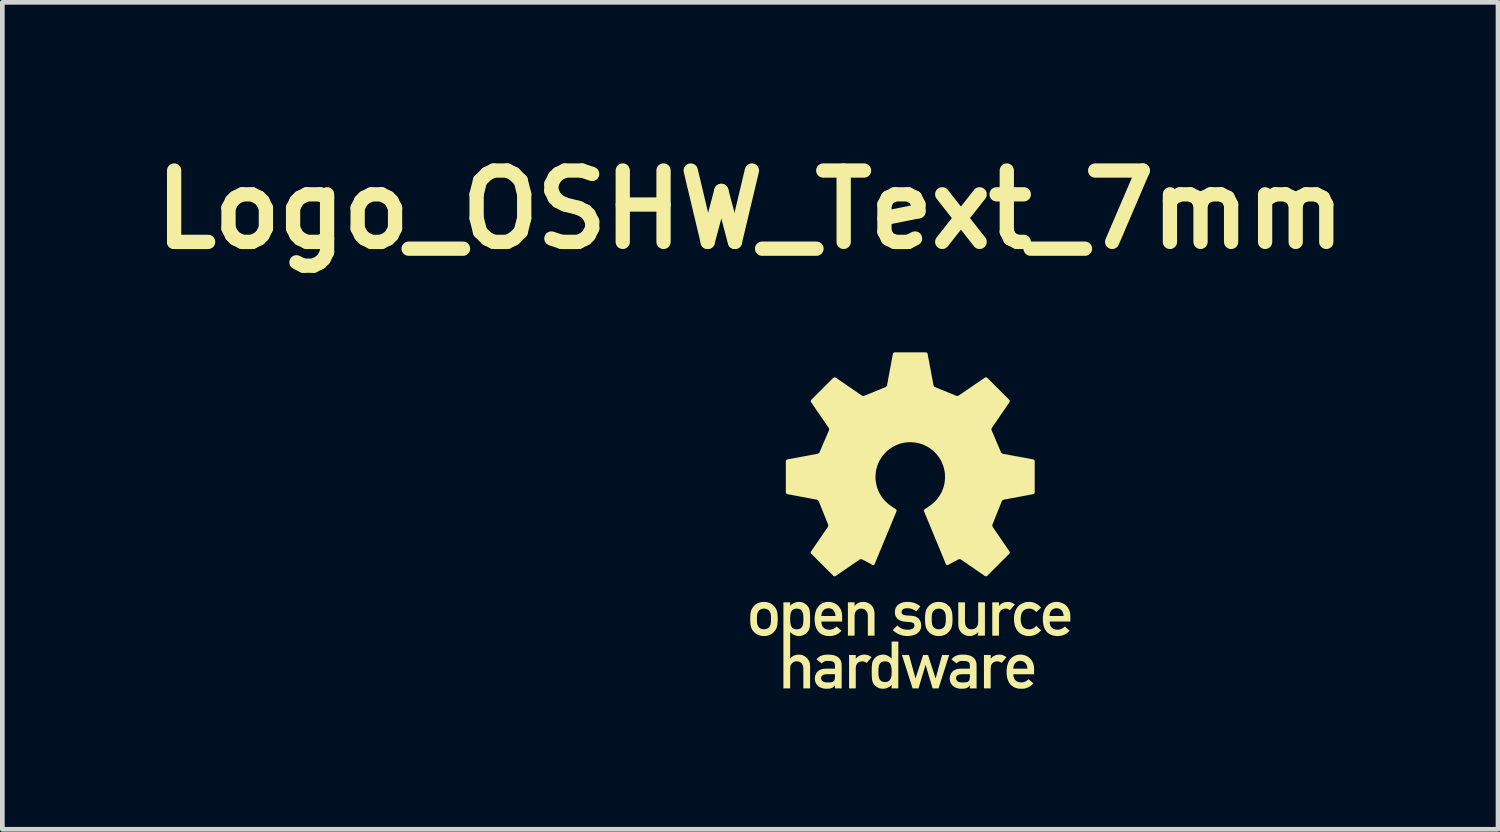
<source format=kicad_pcb>
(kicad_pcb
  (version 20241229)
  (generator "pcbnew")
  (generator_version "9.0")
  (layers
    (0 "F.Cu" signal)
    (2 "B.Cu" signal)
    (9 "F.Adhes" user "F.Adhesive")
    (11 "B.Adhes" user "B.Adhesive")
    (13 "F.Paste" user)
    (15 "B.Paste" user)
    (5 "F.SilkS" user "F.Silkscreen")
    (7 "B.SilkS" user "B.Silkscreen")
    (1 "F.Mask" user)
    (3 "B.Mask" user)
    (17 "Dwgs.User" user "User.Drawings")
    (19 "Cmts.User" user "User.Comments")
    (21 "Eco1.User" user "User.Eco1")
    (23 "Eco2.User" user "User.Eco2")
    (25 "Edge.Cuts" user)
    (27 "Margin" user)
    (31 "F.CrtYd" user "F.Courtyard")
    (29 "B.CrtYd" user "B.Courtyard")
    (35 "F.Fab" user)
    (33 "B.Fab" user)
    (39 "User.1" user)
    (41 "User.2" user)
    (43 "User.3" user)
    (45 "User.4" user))
  (footprint "Logo_OSHW_Text_7mm"
    (layer "F.Cu")
    (at 12.969 4.474)
    (property "Reference" "Logo_OSHW_Text_7mm" (at 0 -3.048 0) (layer "F.SilkS") (effects (font (size 1.524 1.524) (thickness 0.305))))
    (attr exclude_from_pos_files exclude_from_bom)
    (fp_poly (pts (xy 3.895 7.175) (xy 4.022 7.175) (xy 4.249 6.462) (xy 4.097 6.462) (xy 3.961 6.961) (xy 3.958 6.961) (xy 3.797 6.462) (xy 3.693 6.462) (xy 3.531 6.961) (xy 3.528 6.961) (xy 3.392 6.462) (xy 3.24 6.462) (xy 3.468 7.175) (xy 3.594 7.175) (xy 3.743 6.676) (xy 3.746 6.676) (xy 3.895 7.175)) (stroke (width 0) (type solid)) (fill yes) (layer "F.SilkS"))
    (fp_poly (pts (xy 2.111 7.175) (xy 2.254 7.175) (xy 2.254 6.746) (xy 2.258 6.705) (xy 2.269 6.671) (xy 2.287 6.644) (xy 2.309 6.623) (xy 2.335 6.608) (xy 2.363 6.6) (xy 2.393 6.597) (xy 2.426 6.601) (xy 2.456 6.612) (xy 2.487 6.632) (xy 2.591 6.509) (xy 2.565 6.49) (xy 2.537 6.475) (xy 2.507 6.463) (xy 2.476 6.456) (xy 2.442 6.454) (xy 2.405 6.456) (xy 2.37 6.463) (xy 2.338 6.475) (xy 2.308 6.491) (xy 2.281 6.512) (xy 2.257 6.538) (xy 2.254 6.538) (xy 2.254 6.462) (xy 2.111 6.462) (xy 2.111 7.175)) (stroke (width 0) (type solid)) (fill yes) (layer "F.SilkS"))
    (fp_poly (pts (xy 4.991 7.175) (xy 5.135 7.175) (xy 5.135 6.746) (xy 5.139 6.705) (xy 5.15 6.671) (xy 5.167 6.644) (xy 5.19 6.623) (xy 5.216 6.608) (xy 5.244 6.6) (xy 5.274 6.597) (xy 5.307 6.601) (xy 5.337 6.612) (xy 5.368 6.632) (xy 5.472 6.509) (xy 5.445 6.49) (xy 5.417 6.475) (xy 5.388 6.463) (xy 5.357 6.456) (xy 5.323 6.454) (xy 5.286 6.456) (xy 5.251 6.463) (xy 5.219 6.475) (xy 5.189 6.491) (xy 5.162 6.512) (xy 5.138 6.538) (xy 5.135 6.538) (xy 5.135 6.462) (xy 4.991 6.462) (xy 4.991 7.175)) (stroke (width 0) (type solid)) (fill yes) (layer "F.SilkS"))
    (fp_poly (pts (xy 5.169 6.049) (xy 5.312 6.049) (xy 5.312 5.62) (xy 5.316 5.579) (xy 5.328 5.545) (xy 5.345 5.518) (xy 5.367 5.497) (xy 5.393 5.483) (xy 5.422 5.474) (xy 5.452 5.471) (xy 5.485 5.475) (xy 5.514 5.486) (xy 5.546 5.507) (xy 5.65 5.383) (xy 5.623 5.364) (xy 5.595 5.349) (xy 5.566 5.338) (xy 5.534 5.331) (xy 5.501 5.328) (xy 5.464 5.33) (xy 5.429 5.337) (xy 5.396 5.349) (xy 5.366 5.366) (xy 5.339 5.387) (xy 5.315 5.412) (xy 5.312 5.412) (xy 5.312 5.337) (xy 5.169 5.337) (xy 5.169 6.049)) (stroke (width 0) (type solid)) (fill yes) (layer "F.SilkS"))
    (fp_poly (pts (xy 2.086 6.049) (xy 2.229 6.049) (xy 2.229 5.625) (xy 2.233 5.586) (xy 2.243 5.552) (xy 2.259 5.524) (xy 2.281 5.501) (xy 2.307 5.485) (xy 2.337 5.475) (xy 2.371 5.472) (xy 2.404 5.475) (xy 2.434 5.485) (xy 2.46 5.501) (xy 2.481 5.524) (xy 2.498 5.552) (xy 2.508 5.586) (xy 2.512 5.625) (xy 2.512 6.049) (xy 2.655 6.049) (xy 2.655 5.575) (xy 2.652 5.533) (xy 2.643 5.495) (xy 2.63 5.46) (xy 2.612 5.43) (xy 2.59 5.403) (xy 2.565 5.38) (xy 2.538 5.362) (xy 2.509 5.347) (xy 2.479 5.337) (xy 2.448 5.33) (xy 2.417 5.328) (xy 2.38 5.33) (xy 2.346 5.337) (xy 2.313 5.349) (xy 2.283 5.366) (xy 2.256 5.387) (xy 2.232 5.412) (xy 2.229 5.412) (xy 2.229 5.337) (xy 2.086 5.337) (xy 2.086 6.049)) (stroke (width 0) (type solid)) (fill yes) (layer "F.SilkS"))
    (fp_poly (pts (xy 4.443 5.81) (xy 4.446 5.852) (xy 4.454 5.891) (xy 4.468 5.925) (xy 4.486 5.956) (xy 4.508 5.983) (xy 4.533 6.005) (xy 4.56 6.024) (xy 4.589 6.039) (xy 4.62 6.049) (xy 4.651 6.055) (xy 4.682 6.058) (xy 4.718 6.055) (xy 4.752 6.048) (xy 4.785 6.036) (xy 4.814 6.02) (xy 4.842 5.999) (xy 4.866 5.973) (xy 4.868 5.973) (xy 4.868 6.049) (xy 5.012 6.049) (xy 5.012 5.337) (xy 4.868 5.337) (xy 4.868 5.761) (xy 4.865 5.8) (xy 4.855 5.834) (xy 4.838 5.862) (xy 4.817 5.884) (xy 4.791 5.901) (xy 4.761 5.911) (xy 4.728 5.914) (xy 4.694 5.911) (xy 4.664 5.901) (xy 4.638 5.884) (xy 4.616 5.862) (xy 4.6 5.834) (xy 4.589 5.8) (xy 4.586 5.761) (xy 4.586 5.337) (xy 4.443 5.337) (xy 4.443 5.81)) (stroke (width 0) (type solid)) (fill yes) (layer "F.SilkS"))
    (fp_poly (pts (xy 6.106 5.84) (xy 6.083 5.864) (xy 6.057 5.885) (xy 6.028 5.901) (xy 5.996 5.911) (xy 5.962 5.914) (xy 5.928 5.912) (xy 5.897 5.906) (xy 5.87 5.896) (xy 5.846 5.881) (xy 5.825 5.862) (xy 5.808 5.838) (xy 5.794 5.809) (xy 5.784 5.776) (xy 5.778 5.737) (xy 5.776 5.693) (xy 5.778 5.649) (xy 5.784 5.611) (xy 5.794 5.577) (xy 5.808 5.548) (xy 5.825 5.524) (xy 5.846 5.505) (xy 5.87 5.49) (xy 5.897 5.48) (xy 5.928 5.473) (xy 5.962 5.471) (xy 5.996 5.475) (xy 6.028 5.485) (xy 6.057 5.501) (xy 6.083 5.521) (xy 6.106 5.546) (xy 6.212 5.452) (xy 6.187 5.426) (xy 6.161 5.402) (xy 6.132 5.381) (xy 6.101 5.363) (xy 6.068 5.348) (xy 6.033 5.337) (xy 5.995 5.33) (xy 5.956 5.328) (xy 5.925 5.329) (xy 5.895 5.333) (xy 5.865 5.339) (xy 5.836 5.348) (xy 5.808 5.36) (xy 5.781 5.375) (xy 5.756 5.392) (xy 5.733 5.413) (xy 5.711 5.436) (xy 5.692 5.463) (xy 5.675 5.493) (xy 5.66 5.526) (xy 5.648 5.563) (xy 5.64 5.603) (xy 5.634 5.646) (xy 5.633 5.693) (xy 5.634 5.74) (xy 5.64 5.784) (xy 5.648 5.824) (xy 5.66 5.86) (xy 5.675 5.893) (xy 5.692 5.923) (xy 5.711 5.95) (xy 5.733 5.973) (xy 5.756 5.994) (xy 5.781 6.011) (xy 5.808 6.026) (xy 5.836 6.037) (xy 5.865 6.046) (xy 5.895 6.053) (xy 5.925 6.056) (xy 5.956 6.058) (xy 5.995 6.055) (xy 6.033 6.048) (xy 6.068 6.037) (xy 6.101 6.023) (xy 6.132 6.005) (xy 6.161 5.983) (xy 6.187 5.96) (xy 6.212 5.934) (xy 6.106 5.84)) (stroke (width 0) (type solid)) (fill yes) (layer "F.SilkS"))
    (fp_poly (pts (xy 3.02 7.175) (xy 3.163 7.175) (xy 3.163 6.174) (xy 3.02 6.174) (xy 3.02 6.538) (xy 2.993 6.514) (xy 2.965 6.494) (xy 2.935 6.477) (xy 2.904 6.464) (xy 2.871 6.456) (xy 2.836 6.454) (xy 2.794 6.457) (xy 2.757 6.466) (xy 2.723 6.48) (xy 2.693 6.499) (xy 2.667 6.521) (xy 2.645 6.546) (xy 2.631 6.566) (xy 2.62 6.586) (xy 2.611 6.609) (xy 2.605 6.636) (xy 2.6 6.669) (xy 2.597 6.709) (xy 2.595 6.758) (xy 2.594 6.818) (xy 2.595 6.878) (xy 2.597 6.927) (xy 2.6 6.968) (xy 2.605 7.001) (xy 2.611 7.028) (xy 2.62 7.051) (xy 2.631 7.071) (xy 2.645 7.09) (xy 2.667 7.116) (xy 2.693 7.138) (xy 2.723 7.157) (xy 2.757 7.171) (xy 2.794 7.18) (xy 2.836 7.183) (xy 2.872 7.18) (xy 2.906 7.173) (xy 2.938 7.16) (xy 2.969 7.144) (xy 2.996 7.123) (xy 2.993 6.981) (xy 2.975 7.005) (xy 2.951 7.024) (xy 2.919 7.036) (xy 2.879 7.04) (xy 2.839 7.036) (xy 2.807 7.025) (xy 2.783 7.007) (xy 2.765 6.984) (xy 2.752 6.956) (xy 2.744 6.925) (xy 2.74 6.891) (xy 2.738 6.855) (xy 2.737 6.818) (xy 2.738 6.781) (xy 2.74 6.746) (xy 2.744 6.712) (xy 2.752 6.681) (xy 2.765 6.653) (xy 2.783 6.63) (xy 2.807 6.612) (xy 2.839 6.601) (xy 2.879 6.597) (xy 2.919 6.601) (xy 2.951 6.613) (xy 2.975 6.631) (xy 2.993 6.655) (xy 3.005 6.683) (xy 3.013 6.715) (xy 3.018 6.749) (xy 3.02 6.783) (xy 3.02 6.818) (xy 3.02 6.853) (xy 3.018 6.888) (xy 3.013 6.922) (xy 3.005 6.953) (xy 2.993 6.981) (xy 2.996 7.123) (xy 3.02 7.1) (xy 3.02 7.175)) (stroke (width 0) (type solid)) (fill yes) (layer "F.SilkS"))
    (fp_poly (pts (xy 1.963 5.747) (xy 1.519 5.629) (xy 1.523 5.591) (xy 1.532 5.557) (xy 1.546 5.529) (xy 1.564 5.505) (xy 1.586 5.487) (xy 1.611 5.474) (xy 1.639 5.466) (xy 1.67 5.463) (xy 1.704 5.467) (xy 1.736 5.477) (xy 1.763 5.494) (xy 1.786 5.518) (xy 1.803 5.549) (xy 1.815 5.586) (xy 1.82 5.629) (xy 1.519 5.629) (xy 1.963 5.747) (xy 1.963 5.629) (xy 1.961 5.59) (xy 1.955 5.554) (xy 1.946 5.52) (xy 1.933 5.489) (xy 1.916 5.46) (xy 1.897 5.433) (xy 1.875 5.409) (xy 1.851 5.388) (xy 1.825 5.37) (xy 1.797 5.356) (xy 1.767 5.344) (xy 1.735 5.335) (xy 1.703 5.33) (xy 1.67 5.328) (xy 1.642 5.329) (xy 1.614 5.333) (xy 1.586 5.34) (xy 1.559 5.349) (xy 1.532 5.362) (xy 1.507 5.377) (xy 1.482 5.397) (xy 1.46 5.42) (xy 1.44 5.446) (xy 1.421 5.477) (xy 1.406 5.511) (xy 1.393 5.55) (xy 1.384 5.594) (xy 1.378 5.642) (xy 1.376 5.695) (xy 1.378 5.747) (xy 1.383 5.794) (xy 1.392 5.837) (xy 1.405 5.875) (xy 1.42 5.909) (xy 1.437 5.938) (xy 1.457 5.964) (xy 1.479 5.986) (xy 1.503 6.005) (xy 1.528 6.02) (xy 1.554 6.032) (xy 1.581 6.042) (xy 1.609 6.049) (xy 1.636 6.054) (xy 1.664 6.057) (xy 1.692 6.058) (xy 1.728 6.056) (xy 1.763 6.051) (xy 1.797 6.043) (xy 1.83 6.031) (xy 1.862 6.015) (xy 1.893 5.995) (xy 1.922 5.971) (xy 1.949 5.942) (xy 1.845 5.854) (xy 1.818 5.878) (xy 1.788 5.897) (xy 1.756 5.911) (xy 1.722 5.92) (xy 1.689 5.923) (xy 1.654 5.92) (xy 1.621 5.912) (xy 1.592 5.898) (xy 1.567 5.879) (xy 1.547 5.854) (xy 1.532 5.824) (xy 1.522 5.788) (xy 1.519 5.747) (xy 1.963 5.747)) (stroke (width 0) (type solid)) (fill yes) (layer "F.SilkS"))
    (fp_poly (pts (xy 6.062 6.873) (xy 5.618 6.754) (xy 5.622 6.716) (xy 5.631 6.683) (xy 5.645 6.654) (xy 5.663 6.631) (xy 5.685 6.613) (xy 5.71 6.599) (xy 5.738 6.591) (xy 5.768 6.589) (xy 5.803 6.592) (xy 5.834 6.603) (xy 5.862 6.62) (xy 5.884 6.644) (xy 5.902 6.674) (xy 5.914 6.711) (xy 5.919 6.754) (xy 5.618 6.754) (xy 6.062 6.873) (xy 6.062 6.754) (xy 6.06 6.716) (xy 6.054 6.68) (xy 6.045 6.646) (xy 6.031 6.614) (xy 6.015 6.585) (xy 5.996 6.559) (xy 5.974 6.535) (xy 5.95 6.514) (xy 5.924 6.496) (xy 5.896 6.481) (xy 5.866 6.469) (xy 5.834 6.461) (xy 5.802 6.455) (xy 5.768 6.454) (xy 5.741 6.455) (xy 5.713 6.459) (xy 5.685 6.465) (xy 5.658 6.475) (xy 5.631 6.487) (xy 5.606 6.503) (xy 5.581 6.522) (xy 5.559 6.545) (xy 5.538 6.572) (xy 5.52 6.602) (xy 5.505 6.637) (xy 5.492 6.676) (xy 5.483 6.719) (xy 5.477 6.768) (xy 5.475 6.82) (xy 5.477 6.873) (xy 5.482 6.92) (xy 5.491 6.962) (xy 5.504 7) (xy 5.519 7.034) (xy 5.536 7.064) (xy 5.556 7.089) (xy 5.578 7.111) (xy 5.602 7.13) (xy 5.627 7.145) (xy 5.653 7.158) (xy 5.68 7.168) (xy 5.708 7.175) (xy 5.735 7.18) (xy 5.763 7.182) (xy 5.791 7.183) (xy 5.827 7.182) (xy 5.862 7.177) (xy 5.896 7.168) (xy 5.929 7.156) (xy 5.961 7.14) (xy 5.992 7.12) (xy 6.021 7.096) (xy 6.048 7.068) (xy 5.944 6.979) (xy 5.917 7.003) (xy 5.887 7.022) (xy 5.855 7.037) (xy 5.821 7.045) (xy 5.788 7.048) (xy 5.753 7.045) (xy 5.72 7.037) (xy 5.691 7.023) (xy 5.666 7.004) (xy 5.646 6.979) (xy 5.631 6.949) (xy 5.621 6.914) (xy 5.618 6.873) (xy 6.062 6.873)) (stroke (width 0) (type solid)) (fill yes) (layer "F.SilkS"))
    (fp_poly (pts (xy 6.836 5.747) (xy 6.392 5.629) (xy 6.395 5.591) (xy 6.404 5.557) (xy 6.418 5.529) (xy 6.436 5.505) (xy 6.458 5.487) (xy 6.483 5.474) (xy 6.511 5.466) (xy 6.542 5.463) (xy 6.577 5.467) (xy 6.608 5.477) (xy 6.635 5.494) (xy 6.658 5.518) (xy 6.675 5.549) (xy 6.687 5.586) (xy 6.692 5.629) (xy 6.392 5.629) (xy 6.836 5.747) (xy 6.836 5.629) (xy 6.834 5.59) (xy 6.828 5.554) (xy 6.818 5.52) (xy 6.805 5.489) (xy 6.789 5.46) (xy 6.77 5.433) (xy 6.748 5.409) (xy 6.724 5.388) (xy 6.697 5.37) (xy 6.669 5.356) (xy 6.639 5.344) (xy 6.608 5.335) (xy 6.575 5.33) (xy 6.542 5.328) (xy 6.514 5.329) (xy 6.486 5.333) (xy 6.458 5.34) (xy 6.431 5.349) (xy 6.405 5.362) (xy 6.379 5.377) (xy 6.355 5.397) (xy 6.332 5.42) (xy 6.312 5.446) (xy 6.294 5.477) (xy 6.278 5.511) (xy 6.265 5.55) (xy 6.256 5.594) (xy 6.25 5.642) (xy 6.248 5.695) (xy 6.25 5.747) (xy 6.256 5.794) (xy 6.265 5.837) (xy 6.277 5.875) (xy 6.292 5.909) (xy 6.31 5.938) (xy 6.33 5.964) (xy 6.351 5.986) (xy 6.375 6.005) (xy 6.4 6.02) (xy 6.426 6.032) (xy 6.453 6.042) (xy 6.481 6.049) (xy 6.509 6.054) (xy 6.537 6.057) (xy 6.564 6.058) (xy 6.6 6.056) (xy 6.635 6.051) (xy 6.669 6.043) (xy 6.703 6.031) (xy 6.735 6.015) (xy 6.765 5.995) (xy 6.794 5.971) (xy 6.822 5.942) (xy 6.718 5.854) (xy 6.69 5.878) (xy 6.66 5.897) (xy 6.628 5.911) (xy 6.595 5.92) (xy 6.562 5.923) (xy 6.526 5.92) (xy 6.494 5.912) (xy 6.465 5.898) (xy 6.44 5.879) (xy 6.419 5.854) (xy 6.404 5.824) (xy 6.395 5.788) (xy 6.392 5.747) (xy 6.836 5.747)) (stroke (width 0) (type solid)) (fill yes) (layer "F.SilkS"))
    (fp_poly (pts (xy 1.81 7.175) (xy 1.953 7.175) (xy 1.953 6.688) (xy 1.951 6.65) (xy 1.945 6.615) (xy 1.935 6.585) (xy 1.921 6.558) (xy 1.903 6.534) (xy 1.882 6.514) (xy 1.858 6.497) (xy 1.831 6.483) (xy 1.801 6.472) (xy 1.769 6.464) (xy 1.733 6.458) (xy 1.696 6.455) (xy 1.656 6.454) (xy 1.618 6.455) (xy 1.582 6.459) (xy 1.548 6.467) (xy 1.517 6.477) (xy 1.488 6.491) (xy 1.462 6.509) (xy 1.438 6.531) (xy 1.416 6.558) (xy 1.529 6.643) (xy 1.545 6.622) (xy 1.565 6.607) (xy 1.591 6.596) (xy 1.623 6.59) (xy 1.663 6.589) (xy 1.71 6.591) (xy 1.747 6.597) (xy 1.775 6.609) (xy 1.795 6.626) (xy 1.806 6.65) (xy 1.81 6.68) (xy 1.81 6.754) (xy 1.611 6.754) (xy 1.568 6.757) (xy 1.528 6.765) (xy 1.494 6.778) (xy 1.464 6.796) (xy 1.438 6.817) (xy 1.417 6.842) (xy 1.401 6.87) (xy 1.389 6.9) (xy 1.382 6.932) (xy 1.38 6.965) (xy 1.382 6.998) (xy 1.389 7.029) (xy 1.4 7.059) (xy 1.415 7.085) (xy 1.435 7.11) (xy 1.458 7.131) (xy 1.485 7.149) (xy 1.516 7.163) (xy 1.551 7.174) (xy 1.589 7.181) (xy 1.631 7.183) (xy 1.676 7.181) (xy 1.713 7.176) (xy 1.744 7.166) (xy 1.77 7.152) (xy 1.79 7.134) (xy 1.807 7.111) (xy 1.81 6.925) (xy 1.807 6.966) (xy 1.799 6.998) (xy 1.784 7.02) (xy 1.763 7.035) (xy 1.733 7.043) (xy 1.696 7.047) (xy 1.649 7.048) (xy 1.606 7.045) (xy 1.571 7.036) (xy 1.546 7.021) (xy 1.528 7.003) (xy 1.518 6.982) (xy 1.514 6.958) (xy 1.519 6.929) (xy 1.534 6.906) (xy 1.558 6.888) (xy 1.593 6.876) (xy 1.638 6.872) (xy 1.81 6.872) (xy 1.81 6.925) (xy 1.807 7.111) (xy 1.81 7.111) (xy 1.81 7.175)) (stroke (width 0) (type solid)) (fill yes) (layer "F.SilkS"))
    (fp_poly (pts (xy 4.691 7.175) (xy 4.691 6.925) (xy 4.688 6.966) (xy 4.68 6.998) (xy 4.665 7.02) (xy 4.644 7.035) (xy 4.614 7.043) (xy 4.577 7.047) (xy 4.53 7.048) (xy 4.487 7.045) (xy 4.452 7.036) (xy 4.426 7.021) (xy 4.409 7.003) (xy 4.399 6.982) (xy 4.395 6.958) (xy 4.4 6.929) (xy 4.415 6.906) (xy 4.439 6.888) (xy 4.474 6.876) (xy 4.519 6.872) (xy 4.691 6.872) (xy 4.691 6.925) (xy 4.691 7.175) (xy 4.834 7.175) (xy 4.834 6.688) (xy 4.832 6.65) (xy 4.826 6.615) (xy 4.815 6.585) (xy 4.801 6.558) (xy 4.784 6.534) (xy 4.763 6.514) (xy 4.739 6.497) (xy 4.712 6.483) (xy 4.682 6.472) (xy 4.649 6.464) (xy 4.614 6.458) (xy 4.577 6.455) (xy 4.537 6.454) (xy 4.499 6.455) (xy 4.462 6.459) (xy 4.429 6.467) (xy 4.398 6.477) (xy 4.369 6.491) (xy 4.343 6.509) (xy 4.319 6.531) (xy 4.297 6.558) (xy 4.409 6.643) (xy 4.426 6.622) (xy 4.446 6.607) (xy 4.472 6.596) (xy 4.504 6.59) (xy 4.544 6.589) (xy 4.591 6.591) (xy 4.628 6.597) (xy 4.656 6.609) (xy 4.675 6.626) (xy 4.687 6.65) (xy 4.69 6.68) (xy 4.69 6.754) (xy 4.492 6.754) (xy 4.449 6.757) (xy 4.409 6.765) (xy 4.375 6.778) (xy 4.344 6.796) (xy 4.319 6.817) (xy 4.298 6.842) (xy 4.281 6.87) (xy 4.27 6.9) (xy 4.263 6.932) (xy 4.26 6.965) (xy 4.263 6.998) (xy 4.269 7.029) (xy 4.28 7.059) (xy 4.296 7.085) (xy 4.315 7.11) (xy 4.339 7.131) (xy 4.366 7.149) (xy 4.397 7.163) (xy 4.432 7.174) (xy 4.47 7.181) (xy 4.512 7.183) (xy 4.557 7.181) (xy 4.594 7.176) (xy 4.625 7.166) (xy 4.651 7.152) (xy 4.671 7.134) (xy 4.688 7.111) (xy 4.69 7.111) (xy 4.69 7.175) (xy 4.691 7.175)) (stroke (width 0) (type solid)) (fill yes) (layer "F.SilkS"))
    (fp_poly (pts (xy 3.043 5.93) (xy 3.074 5.957) (xy 3.106 5.98) (xy 3.139 6.001) (xy 3.173 6.018) (xy 3.208 6.033) (xy 3.244 6.044) (xy 3.28 6.051) (xy 3.318 6.056) (xy 3.356 6.058) (xy 3.397 6.056) (xy 3.435 6.051) (xy 3.472 6.043) (xy 3.506 6.032) (xy 3.538 6.017) (xy 3.566 6) (xy 3.59 5.98) (xy 3.611 5.957) (xy 3.628 5.931) (xy 3.641 5.903) (xy 3.648 5.872) (xy 3.651 5.838) (xy 3.649 5.805) (xy 3.644 5.773) (xy 3.634 5.744) (xy 3.621 5.717) (xy 3.603 5.693) (xy 3.581 5.671) (xy 3.554 5.654) (xy 3.523 5.64) (xy 3.486 5.63) (xy 3.445 5.625) (xy 3.326 5.616) (xy 3.281 5.608) (xy 3.252 5.592) (xy 3.237 5.572) (xy 3.232 5.549) (xy 3.236 5.521) (xy 3.249 5.497) (xy 3.272 5.479) (xy 3.307 5.467) (xy 3.355 5.463) (xy 3.392 5.465) (xy 3.426 5.471) (xy 3.458 5.481) (xy 3.488 5.495) (xy 3.517 5.511) (xy 3.546 5.529) (xy 3.634 5.425) (xy 3.607 5.404) (xy 3.579 5.385) (xy 3.548 5.369) (xy 3.515 5.355) (xy 3.479 5.343) (xy 3.441 5.335) (xy 3.4 5.33) (xy 3.355 5.328) (xy 3.314 5.33) (xy 3.276 5.336) (xy 3.241 5.345) (xy 3.208 5.358) (xy 3.179 5.374) (xy 3.153 5.394) (xy 3.131 5.418) (xy 3.113 5.445) (xy 3.1 5.475) (xy 3.092 5.51) (xy 3.089 5.547) (xy 3.092 5.586) (xy 3.101 5.621) (xy 3.116 5.652) (xy 3.136 5.679) (xy 3.16 5.702) (xy 3.188 5.72) (xy 3.221 5.734) (xy 3.256 5.744) (xy 3.294 5.75) (xy 3.421 5.761) (xy 3.455 5.767) (xy 3.483 5.779) (xy 3.501 5.8) (xy 3.508 5.831) (xy 3.503 5.859) (xy 3.489 5.882) (xy 3.468 5.9) (xy 3.44 5.912) (xy 3.406 5.92) (xy 3.367 5.923) (xy 3.328 5.921) (xy 3.292 5.915) (xy 3.258 5.906) (xy 3.227 5.893) (xy 3.197 5.876) (xy 3.169 5.855) (xy 3.142 5.831) (xy 3.043 5.93)) (stroke (width 0) (type solid)) (fill yes) (layer "F.SilkS"))
    (fp_poly (pts (xy 0 5.692) (xy 0.144 5.746) (xy 0.143 5.692) (xy 0.144 5.639) (xy 0.148 5.599) (xy 0.155 5.57) (xy 0.165 5.546) (xy 0.179 5.524) (xy 0.198 5.503) (xy 0.226 5.486) (xy 0.258 5.475) (xy 0.294 5.471) (xy 0.33 5.475) (xy 0.362 5.486) (xy 0.389 5.503) (xy 0.409 5.524) (xy 0.423 5.546) (xy 0.433 5.57) (xy 0.439 5.6) (xy 0.443 5.64) (xy 0.444 5.694) (xy 0.443 5.747) (xy 0.439 5.786) (xy 0.433 5.816) (xy 0.423 5.84) (xy 0.409 5.862) (xy 0.389 5.883) (xy 0.362 5.899) (xy 0.33 5.91) (xy 0.294 5.914) (xy 0.258 5.91) (xy 0.226 5.899) (xy 0.198 5.883) (xy 0.179 5.862) (xy 0.165 5.84) (xy 0.155 5.816) (xy 0.148 5.786) (xy 0.144 5.746) (xy 0 5.692) (xy 0.001 5.746) (xy 0.004 5.792) (xy 0.01 5.831) (xy 0.018 5.865) (xy 0.029 5.894) (xy 0.042 5.92) (xy 0.058 5.943) (xy 0.077 5.966) (xy 0.096 5.985) (xy 0.118 6.003) (xy 0.144 6.02) (xy 0.174 6.035) (xy 0.209 6.047) (xy 0.249 6.055) (xy 0.294 6.058) (xy 0.339 6.055) (xy 0.378 6.047) (xy 0.413 6.035) (xy 0.443 6.02) (xy 0.47 6.003) (xy 0.492 5.985) (xy 0.51 5.966) (xy 0.529 5.943) (xy 0.545 5.92) (xy 0.559 5.894) (xy 0.569 5.865) (xy 0.578 5.831) (xy 0.583 5.792) (xy 0.586 5.746) (xy 0.588 5.692) (xy 0.586 5.639) (xy 0.583 5.593) (xy 0.578 5.554) (xy 0.569 5.521) (xy 0.559 5.492) (xy 0.545 5.466) (xy 0.529 5.442) (xy 0.51 5.419) (xy 0.492 5.401) (xy 0.47 5.382) (xy 0.443 5.365) (xy 0.413 5.35) (xy 0.378 5.339) (xy 0.339 5.331) (xy 0.294 5.328) (xy 0.249 5.331) (xy 0.209 5.339) (xy 0.174 5.35) (xy 0.144 5.365) (xy 0.118 5.382) (xy 0.096 5.401) (xy 0.077 5.419) (xy 0.058 5.442) (xy 0.042 5.466) (xy 0.029 5.492) (xy 0.018 5.521) (xy 0.01 5.555) (xy 0.004 5.593) (xy 0.001 5.639) (xy 0 5.692)) (stroke (width 0) (type solid)) (fill yes) (layer "F.SilkS"))
    (fp_poly (pts (xy 3.733 5.692) (xy 3.877 5.746) (xy 3.876 5.692) (xy 3.877 5.639) (xy 3.881 5.599) (xy 3.887 5.57) (xy 3.897 5.546) (xy 3.911 5.524) (xy 3.931 5.503) (xy 3.958 5.486) (xy 3.991 5.475) (xy 4.026 5.471) (xy 4.062 5.475) (xy 4.095 5.486) (xy 4.122 5.503) (xy 4.142 5.524) (xy 4.156 5.546) (xy 4.166 5.57) (xy 4.172 5.6) (xy 4.176 5.64) (xy 4.177 5.694) (xy 4.176 5.747) (xy 4.172 5.786) (xy 4.166 5.816) (xy 4.156 5.84) (xy 4.142 5.862) (xy 4.122 5.883) (xy 4.095 5.899) (xy 4.062 5.91) (xy 4.026 5.914) (xy 3.991 5.91) (xy 3.958 5.899) (xy 3.931 5.883) (xy 3.911 5.862) (xy 3.897 5.84) (xy 3.887 5.816) (xy 3.881 5.786) (xy 3.877 5.746) (xy 3.733 5.692) (xy 3.734 5.746) (xy 3.737 5.792) (xy 3.743 5.831) (xy 3.751 5.865) (xy 3.761 5.894) (xy 3.775 5.92) (xy 3.791 5.943) (xy 3.81 5.966) (xy 3.829 5.985) (xy 3.851 6.003) (xy 3.877 6.02) (xy 3.907 6.035) (xy 3.942 6.047) (xy 3.982 6.055) (xy 4.026 6.058) (xy 4.071 6.055) (xy 4.111 6.047) (xy 4.146 6.035) (xy 4.176 6.02) (xy 4.202 6.003) (xy 4.224 5.985) (xy 4.243 5.966) (xy 4.262 5.943) (xy 4.278 5.92) (xy 4.291 5.894) (xy 4.302 5.865) (xy 4.31 5.831) (xy 4.316 5.792) (xy 4.319 5.746) (xy 4.32 5.692) (xy 4.319 5.639) (xy 4.316 5.593) (xy 4.31 5.554) (xy 4.302 5.521) (xy 4.291 5.492) (xy 4.278 5.466) (xy 4.262 5.442) (xy 4.243 5.419) (xy 4.224 5.401) (xy 4.202 5.382) (xy 4.176 5.365) (xy 4.146 5.35) (xy 4.111 5.339) (xy 4.071 5.331) (xy 4.026 5.328) (xy 3.982 5.331) (xy 3.942 5.339) (xy 3.907 5.35) (xy 3.877 5.365) (xy 3.851 5.382) (xy 3.829 5.401) (xy 3.81 5.419) (xy 3.791 5.442) (xy 3.775 5.466) (xy 3.761 5.492) (xy 3.751 5.521) (xy 3.743 5.555) (xy 3.737 5.593) (xy 3.734 5.639) (xy 3.733 5.692)) (stroke (width 0) (type solid)) (fill yes) (layer "F.SilkS"))
    (fp_poly (pts (xy 0.709 7.175) (xy 0.709 5.337) (xy 0.853 5.337) (xy 0.853 5.411) (xy 0.877 5.388) (xy 0.905 5.368) (xy 0.935 5.351) (xy 0.967 5.339) (xy 1.001 5.331) (xy 1.037 5.328) (xy 1.079 5.331) (xy 1.117 5.34) (xy 1.15 5.354) (xy 1.18 5.373) (xy 1.206 5.395) (xy 1.229 5.421) (xy 1.242 5.44) (xy 1.253 5.46) (xy 1.262 5.483) (xy 1.269 5.51) (xy 1.274 5.543) (xy 1.277 5.584) (xy 1.279 5.634) (xy 1.279 5.694) (xy 1.279 5.753) (xy 1.277 5.802) (xy 1.274 5.843) (xy 1.269 5.876) (xy 1.262 5.903) (xy 1.253 5.926) (xy 1.242 5.946) (xy 1.229 5.965) (xy 1.206 5.99) (xy 1.18 6.013) (xy 1.15 6.031) (xy 1.117 6.045) (xy 1.079 6.054) (xy 1.037 6.058) (xy 1.002 6.055) (xy 0.969 6.047) (xy 0.994 5.914) (xy 1.034 5.91) (xy 1.066 5.899) (xy 1.091 5.881) (xy 1.109 5.858) (xy 1.121 5.831) (xy 1.129 5.8) (xy 1.133 5.766) (xy 1.135 5.73) (xy 1.136 5.694) (xy 1.135 5.66) (xy 1.134 5.628) (xy 1.131 5.597) (xy 1.125 5.567) (xy 1.115 5.541) (xy 1.102 5.518) (xy 1.084 5.498) (xy 1.06 5.484) (xy 1.031 5.475) (xy 0.994 5.471) (xy 0.954 5.476) (xy 0.922 5.488) (xy 0.898 5.506) (xy 0.88 5.53) (xy 0.868 5.558) (xy 0.86 5.59) (xy 0.856 5.624) (xy 0.854 5.659) (xy 0.853 5.694) (xy 0.854 5.728) (xy 0.856 5.763) (xy 0.86 5.796) (xy 0.868 5.828) (xy 0.88 5.856) (xy 0.898 5.88) (xy 0.922 5.898) (xy 0.954 5.91) (xy 0.994 5.914) (xy 0.969 6.047) (xy 0.938 6.034) (xy 0.908 6.018) (xy 0.88 5.997) (xy 0.853 5.973) (xy 0.853 6.538) (xy 0.878 6.512) (xy 0.906 6.491) (xy 0.936 6.475) (xy 0.969 6.463) (xy 1.004 6.456) (xy 1.041 6.454) (xy 1.072 6.456) (xy 1.102 6.462) (xy 1.132 6.473) (xy 1.161 6.487) (xy 1.189 6.506) (xy 1.214 6.529) (xy 1.235 6.555) (xy 1.253 6.586) (xy 1.267 6.62) (xy 1.276 6.659) (xy 1.279 6.701) (xy 1.279 7.175) (xy 1.135 7.175) (xy 1.135 6.75) (xy 1.132 6.711) (xy 1.121 6.677) (xy 1.105 6.649) (xy 1.084 6.627) (xy 1.058 6.61) (xy 1.028 6.6) (xy 0.995 6.597) (xy 0.961 6.6) (xy 0.931 6.61) (xy 0.905 6.627) (xy 0.883 6.649) (xy 0.867 6.677) (xy 0.856 6.711) (xy 0.853 6.75) (xy 0.853 7.175) (xy 0.709 7.175)) (stroke (width 0) (type solid)) (fill yes) (layer "F.SilkS"))
    (fp_poly (pts (xy 6.046 2.286) (xy 5.393 2.165) (xy 5.37 2.153) (xy 5.355 2.132) (xy 5.155 1.665) (xy 5.15 1.639) (xy 5.158 1.615) (xy 5.538 1.061) (xy 5.544 1.037) (xy 5.534 1.015) (xy 5.059 0.541) (xy 5.037 0.531) (xy 5.014 0.537) (xy 4.45 0.923) (xy 4.425 0.931) (xy 4.4 0.927) (xy 3.947 0.742) (xy 3.926 0.727) (xy 3.914 0.704) (xy 3.788 0.029) (xy 3.776 0.008) (xy 3.754 0) (xy 3.082 0) (xy 3.06 0.008) (xy 3.047 0.029) (xy 2.922 0.704) (xy 2.91 0.727) (xy 2.888 0.742) (xy 2.436 0.927) (xy 2.41 0.931) (xy 2.385 0.923) (xy 1.822 0.537) (xy 1.798 0.531) (xy 1.777 0.541) (xy 1.302 1.015) (xy 1.292 1.037) (xy 1.298 1.061) (xy 1.678 1.615) (xy 1.686 1.639) (xy 1.681 1.665) (xy 1.481 2.132) (xy 1.466 2.153) (xy 1.442 2.165) (xy 0.79 2.286) (xy 0.769 2.299) (xy 0.761 2.321) (xy 0.761 2.992) (xy 0.77 3.015) (xy 0.79 3.027) (xy 1.426 3.146) (xy 1.449 3.158) (xy 1.464 3.179) (xy 1.663 3.675) (xy 1.667 3.701) (xy 1.659 3.726) (xy 1.298 4.253) (xy 1.292 4.276) (xy 1.302 4.298) (xy 1.777 4.773) (xy 1.798 4.783) (xy 1.822 4.777) (xy 2.339 4.422) (xy 2.364 4.415) (xy 2.389 4.42) (xy 2.617 4.542) (xy 2.639 4.543) (xy 2.654 4.528) (xy 3.125 3.391) (xy 3.126 3.368) (xy 3.111 3.349) (xy 3.054 3.314) (xy 3.036 3.301) (xy 3.018 3.286) (xy 2.988 3.266) (xy 2.958 3.244) (xy 2.93 3.22) (xy 2.903 3.196) (xy 2.877 3.17) (xy 2.853 3.143) (xy 2.83 3.114) (xy 2.808 3.085) (xy 2.788 3.054) (xy 2.769 3.022) (xy 2.752 2.99) (xy 2.737 2.956) (xy 2.723 2.922) (xy 2.71 2.887) (xy 2.7 2.851) (xy 2.691 2.814) (xy 2.684 2.776) (xy 2.679 2.738) (xy 2.676 2.7) (xy 2.675 2.661) (xy 2.676 2.624) (xy 2.679 2.587) (xy 2.683 2.551) (xy 2.689 2.515) (xy 2.697 2.48) (xy 2.707 2.446) (xy 2.718 2.413) (xy 2.73 2.38) (xy 2.744 2.348) (xy 2.76 2.316) (xy 2.777 2.286) (xy 2.795 2.256) (xy 2.814 2.228) (xy 2.835 2.2) (xy 2.857 2.173) (xy 2.881 2.148) (xy 2.905 2.123) (xy 2.931 2.1) (xy 2.957 2.078) (xy 2.985 2.057) (xy 3.014 2.038) (xy 3.043 2.019) (xy 3.074 2.003) (xy 3.105 1.987) (xy 3.137 1.973) (xy 3.17 1.96) (xy 3.203 1.949) (xy 3.238 1.94) (xy 3.273 1.932) (xy 3.308 1.926) (xy 3.344 1.922) (xy 3.381 1.919) (xy 3.418 1.918) (xy 3.455 1.919) (xy 3.491 1.922) (xy 3.528 1.926) (xy 3.563 1.932) (xy 3.598 1.94) (xy 3.632 1.949) (xy 3.666 1.96) (xy 3.699 1.973) (xy 3.731 1.987) (xy 3.762 2.003) (xy 3.793 2.019) (xy 3.822 2.038) (xy 3.851 2.057) (xy 3.878 2.078) (xy 3.905 2.1) (xy 3.931 2.123) (xy 3.955 2.148) (xy 3.978 2.173) (xy 4 2.2) (xy 4.021 2.228) (xy 4.041 2.256) (xy 4.059 2.286) (xy 4.076 2.316) (xy 4.091 2.348) (xy 4.105 2.38) (xy 4.118 2.413) (xy 4.129 2.446) (xy 4.138 2.48) (xy 4.146 2.515) (xy 4.152 2.551) (xy 4.157 2.587) (xy 4.159 2.624) (xy 4.16 2.661) (xy 4.159 2.7) (xy 4.156 2.738) (xy 4.151 2.776) (xy 4.145 2.814) (xy 4.136 2.851) (xy 4.125 2.887) (xy 4.113 2.922) (xy 4.099 2.956) (xy 4.084 2.99) (xy 4.066 3.022) (xy 4.048 3.054) (xy 4.027 3.085) (xy 4.006 3.114) (xy 3.983 3.143) (xy 3.958 3.17) (xy 3.932 3.196) (xy 3.906 3.22) (xy 3.877 3.244) (xy 3.848 3.266) (xy 3.818 3.286) (xy 3.799 3.301) (xy 3.782 3.314) (xy 3.725 3.349) (xy 3.71 3.368) (xy 3.711 3.391) (xy 4.181 4.528) (xy 4.197 4.543) (xy 4.219 4.542) (xy 4.447 4.42) (xy 4.472 4.415) (xy 4.497 4.422) (xy 5.014 4.777) (xy 5.037 4.783) (xy 5.059 4.773) (xy 5.534 4.298) (xy 5.544 4.276) (xy 5.538 4.253) (xy 5.177 3.726) (xy 5.169 3.701) (xy 5.173 3.676) (xy 5.372 3.179) (xy 5.386 3.158) (xy 5.409 3.146) (xy 6.046 3.027) (xy 6.066 3.015) (xy 6.075 2.993) (xy 6.075 2.321) (xy 6.066 2.299) (xy 6.046 2.286)) (stroke (width 0) (type solid)) (fill yes) (layer "F.SilkS")))
  (gr_rect
    (start -3 -3)
    (end 28.937 14.658)
    (stroke (width 0.1) (type default))
    (fill no)
    (layer "Edge.Cuts")))
</source>
